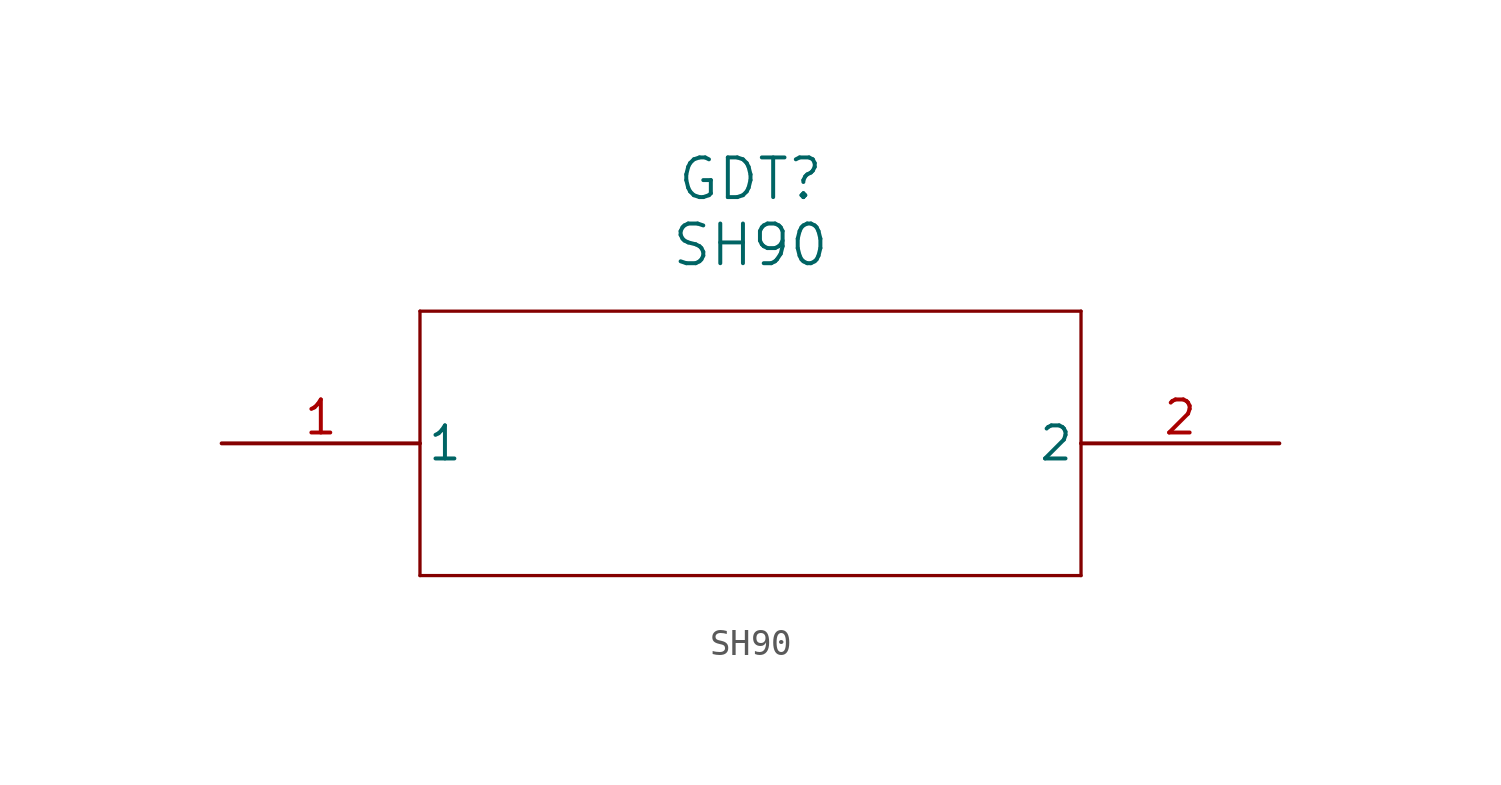
<source format=kicad_sym>
(kicad_symbol_lib
  (version 20211014)
  (generator kicad_symbol_editor)
  (symbol "SH90"
    (pin_names
      (offset 0.254))
    (property "Reference" "GDT"
      (at 20.32 10.16 0)
      (effects (font (size 1.524 1.524))))
    (property "Value" "SH90"
      (at 20.32 7.62 0)
      (effects (font (size 1.524 1.524))))
    (polyline
      (pts (xy 7.62 5.08) (xy 7.62 -5.08))
      (stroke (width 0.127) (type default) (color 0 0 0 0))
      (fill (type none)))
    (polyline
      (pts (xy 7.62 -5.08) (xy 33.02 -5.08))
      (stroke (width 0.127) (type default) (color 0 0 0 0))
      (fill (type none)))
    (polyline
      (pts (xy 33.02 -5.08) (xy 33.02 5.08))
      (stroke (width 0.127) (type default) (color 0 0 0 0))
      (fill (type none)))
    (polyline
      (pts (xy 33.02 5.08) (xy 7.62 5.08))
      (stroke (width 0.127) (type default) (color 0 0 0 0))
      (fill (type none)))
    (pin unspecified line
      (at 0 0 0)
      (length 7.62)
      (name "1" (effects (font (size 1.27 1.27))))
      (number "1" (effects (font (size 1.27 1.27)))))
    (pin unspecified line
      (at 40.64 0 180)
      (length 7.62)
      (name "2" (effects (font (size 1.27 1.27))))
      (number "2" (effects (font (size 1.27 1.27)))))))
</source>
